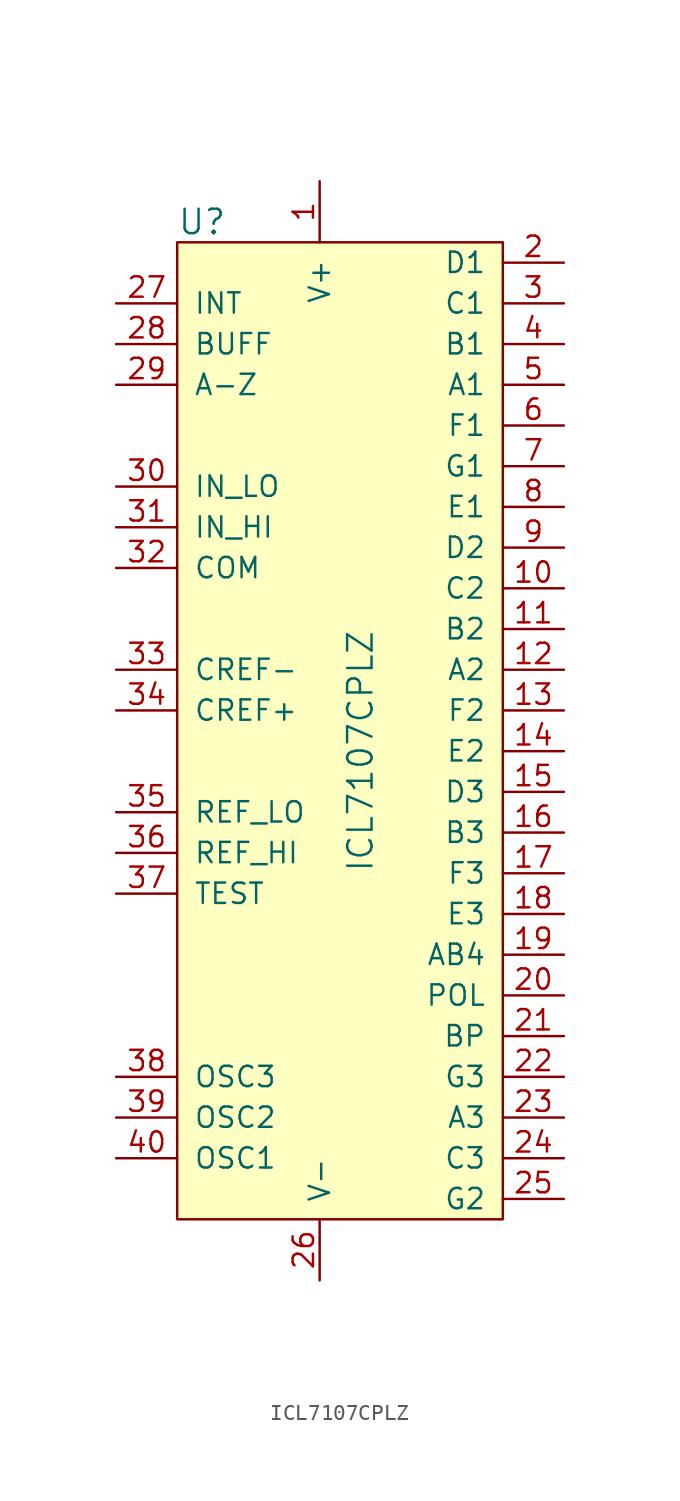
<source format=kicad_sym>
(kicad_symbol_lib
  (version 20211014)
  (generator kicad_symbol_editor)
  (symbol "ICL7107CPLZ"
    (pin_names
      (offset 1.016))
    (property "Reference" "U"
      (at -8.89 33.02 0)
      (effects (font (size 1.524 1.524)) (justify left)))
    (property "Value" "ICL7107CPLZ"
      (at 2.54 0 90)
      (effects (font (size 1.524 1.524))))
    (symbol "ICL7107CPLZ_0_1"
      (rectangle (start -8.89 31.75) (end 11.43 -29.21) (stroke (width 0) (type default) (color 0 0 0 0)) (fill (type background))))
    (symbol "ICL7107CPLZ_1_1"
      (pin power_in line (at 0 35.56 270) (length 3.81) (name "V+" (effects (font (size 1.27 1.27)))) (number "1" (effects (font (size 1.27 1.27)))))
      (pin output line (at 15.24 10.16 180) (length 3.81) (name "C2" (effects (font (size 1.27 1.27)))) (number "10" (effects (font (size 1.27 1.27)))))
      (pin output line (at 15.24 7.62 180) (length 3.81) (name "B2" (effects (font (size 1.27 1.27)))) (number "11" (effects (font (size 1.27 1.27)))))
      (pin output line (at 15.24 5.08 180) (length 3.81) (name "A2" (effects (font (size 1.27 1.27)))) (number "12" (effects (font (size 1.27 1.27)))))
      (pin output line (at 15.24 2.54 180) (length 3.81) (name "F2" (effects (font (size 1.27 1.27)))) (number "13" (effects (font (size 1.27 1.27)))))
      (pin output line (at 15.24 0 180) (length 3.81) (name "E2" (effects (font (size 1.27 1.27)))) (number "14" (effects (font (size 1.27 1.27)))))
      (pin output line (at 15.24 -2.54 180) (length 3.81) (name "D3" (effects (font (size 1.27 1.27)))) (number "15" (effects (font (size 1.27 1.27)))))
      (pin output line (at 15.24 -5.08 180) (length 3.81) (name "B3" (effects (font (size 1.27 1.27)))) (number "16" (effects (font (size 1.27 1.27)))))
      (pin output line (at 15.24 -7.62 180) (length 3.81) (name "F3" (effects (font (size 1.27 1.27)))) (number "17" (effects (font (size 1.27 1.27)))))
      (pin output line (at 15.24 -10.16 180) (length 3.81) (name "E3" (effects (font (size 1.27 1.27)))) (number "18" (effects (font (size 1.27 1.27)))))
      (pin output line (at 15.24 -12.7 180) (length 3.81) (name "AB4" (effects (font (size 1.27 1.27)))) (number "19" (effects (font (size 1.27 1.27)))))
      (pin output line (at 15.24 30.48 180) (length 3.81) (name "D1" (effects (font (size 1.27 1.27)))) (number "2" (effects (font (size 1.27 1.27)))))
      (pin output line (at 15.24 -15.24 180) (length 3.81) (name "POL" (effects (font (size 1.27 1.27)))) (number "20" (effects (font (size 1.27 1.27)))))
      (pin output line (at 15.24 -17.78 180) (length 3.81) (name "BP" (effects (font (size 1.27 1.27)))) (number "21" (effects (font (size 1.27 1.27)))))
      (pin output line (at 15.24 -20.32 180) (length 3.81) (name "G3" (effects (font (size 1.27 1.27)))) (number "22" (effects (font (size 1.27 1.27)))))
      (pin output line (at 15.24 -22.86 180) (length 3.81) (name "A3" (effects (font (size 1.27 1.27)))) (number "23" (effects (font (size 1.27 1.27)))))
      (pin output line (at 15.24 -25.4 180) (length 3.81) (name "C3" (effects (font (size 1.27 1.27)))) (number "24" (effects (font (size 1.27 1.27)))))
      (pin output line (at 15.24 -27.94 180) (length 3.81) (name "G2" (effects (font (size 1.27 1.27)))) (number "25" (effects (font (size 1.27 1.27)))))
      (pin power_in line (at 0 -33.02 90) (length 3.81) (name "V-" (effects (font (size 1.27 1.27)))) (number "26" (effects (font (size 1.27 1.27)))))
      (pin passive line (at -12.7 27.94 0) (length 3.81) (name "INT" (effects (font (size 1.27 1.27)))) (number "27" (effects (font (size 1.27 1.27)))))
      (pin passive line (at -12.7 25.4 0) (length 3.81) (name "BUFF" (effects (font (size 1.27 1.27)))) (number "28" (effects (font (size 1.27 1.27)))))
      (pin passive line (at -12.7 22.86 0) (length 3.81) (name "A-Z" (effects (font (size 1.27 1.27)))) (number "29" (effects (font (size 1.27 1.27)))))
      (pin output line (at 15.24 27.94 180) (length 3.81) (name "C1" (effects (font (size 1.27 1.27)))) (number "3" (effects (font (size 1.27 1.27)))))
      (pin input line (at -12.7 16.51 0) (length 3.81) (name "IN_LO" (effects (font (size 1.27 1.27)))) (number "30" (effects (font (size 1.27 1.27)))))
      (pin input line (at -12.7 13.97 0) (length 3.81) (name "IN_HI" (effects (font (size 1.27 1.27)))) (number "31" (effects (font (size 1.27 1.27)))))
      (pin input line (at -12.7 11.43 0) (length 3.81) (name "COM" (effects (font (size 1.27 1.27)))) (number "32" (effects (font (size 1.27 1.27)))))
      (pin passive line (at -12.7 5.08 0) (length 3.81) (name "CREF-" (effects (font (size 1.27 1.27)))) (number "33" (effects (font (size 1.27 1.27)))))
      (pin passive line (at -12.7 2.54 0) (length 3.81) (name "CREF+" (effects (font (size 1.27 1.27)))) (number "34" (effects (font (size 1.27 1.27)))))
      (pin input line (at -12.7 -3.81 0) (length 3.81) (name "REF_LO" (effects (font (size 1.27 1.27)))) (number "35" (effects (font (size 1.27 1.27)))))
      (pin input line (at -12.7 -6.35 0) (length 3.81) (name "REF_HI" (effects (font (size 1.27 1.27)))) (number "36" (effects (font (size 1.27 1.27)))))
      (pin input line (at -12.7 -8.89 0) (length 3.81) (name "TEST" (effects (font (size 1.27 1.27)))) (number "37" (effects (font (size 1.27 1.27)))))
      (pin passive line (at -12.7 -20.32 0) (length 3.81) (name "OSC3" (effects (font (size 1.27 1.27)))) (number "38" (effects (font (size 1.27 1.27)))))
      (pin passive line (at -12.7 -22.86 0) (length 3.81) (name "OSC2" (effects (font (size 1.27 1.27)))) (number "39" (effects (font (size 1.27 1.27)))))
      (pin output line (at 15.24 25.4 180) (length 3.81) (name "B1" (effects (font (size 1.27 1.27)))) (number "4" (effects (font (size 1.27 1.27)))))
      (pin passive line (at -12.7 -25.4 0) (length 3.81) (name "OSC1" (effects (font (size 1.27 1.27)))) (number "40" (effects (font (size 1.27 1.27)))))
      (pin output line (at 15.24 22.86 180) (length 3.81) (name "A1" (effects (font (size 1.27 1.27)))) (number "5" (effects (font (size 1.27 1.27)))))
      (pin output line (at 15.24 20.32 180) (length 3.81) (name "F1" (effects (font (size 1.27 1.27)))) (number "6" (effects (font (size 1.27 1.27)))))
      (pin output line (at 15.24 17.78 180) (length 3.81) (name "G1" (effects (font (size 1.27 1.27)))) (number "7" (effects (font (size 1.27 1.27)))))
      (pin output line (at 15.24 15.24 180) (length 3.81) (name "E1" (effects (font (size 1.27 1.27)))) (number "8" (effects (font (size 1.27 1.27)))))
      (pin output line (at 15.24 12.7 180) (length 3.81) (name "D2" (effects (font (size 1.27 1.27)))) (number "9" (effects (font (size 1.27 1.27))))))))
</source>
